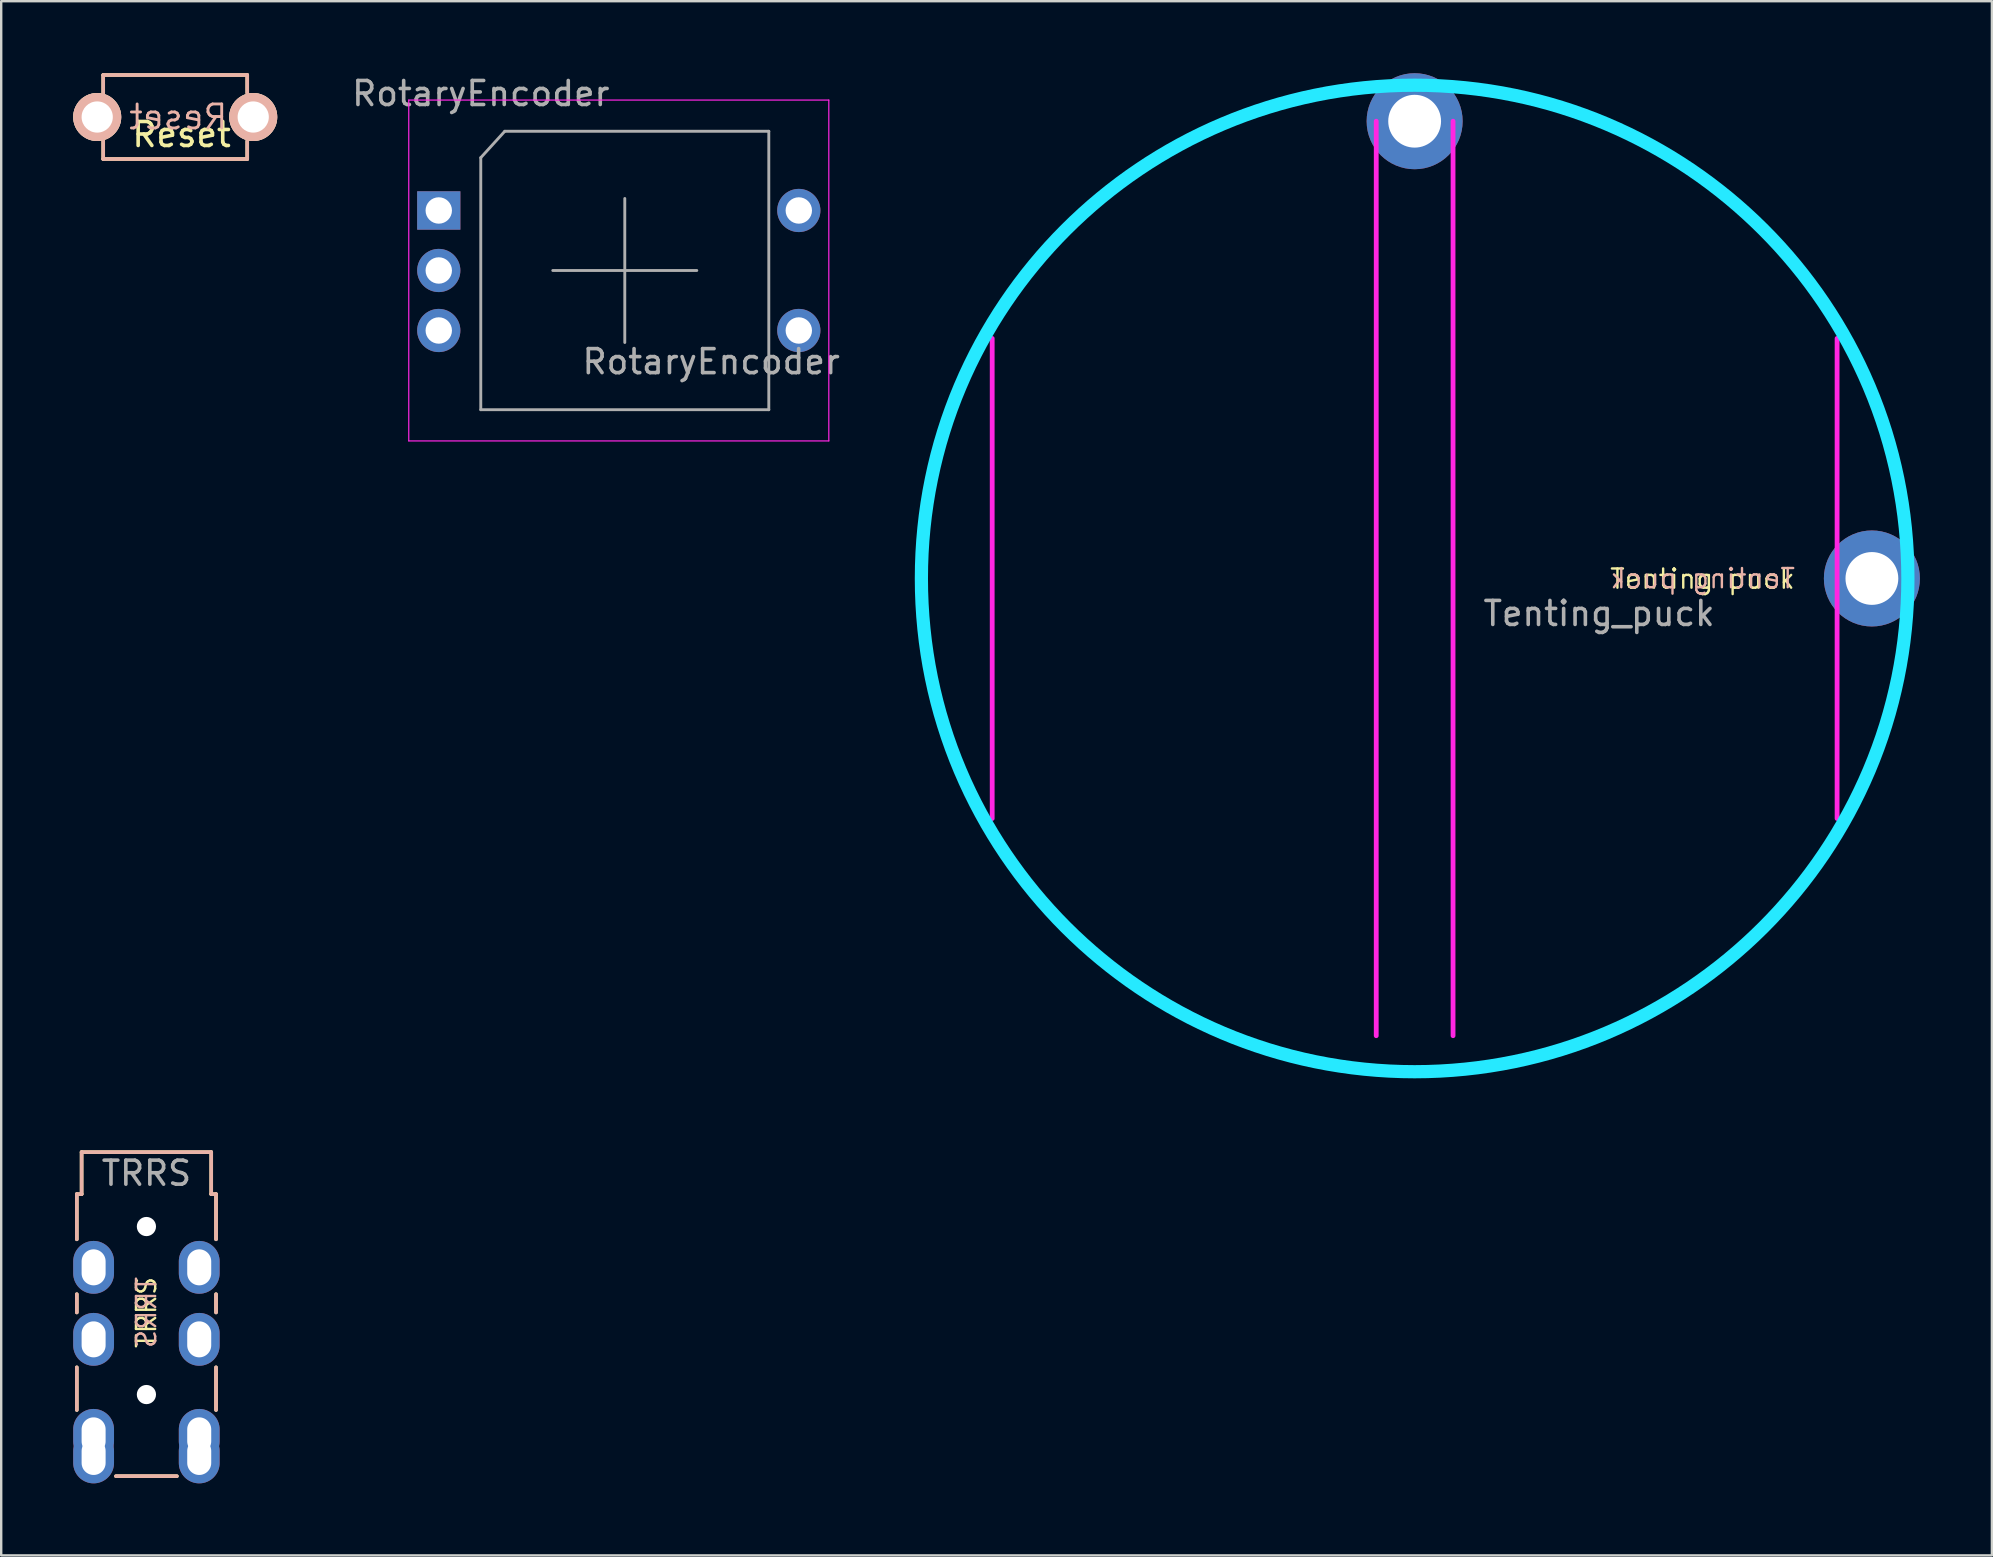
<source format=kicad_pcb>
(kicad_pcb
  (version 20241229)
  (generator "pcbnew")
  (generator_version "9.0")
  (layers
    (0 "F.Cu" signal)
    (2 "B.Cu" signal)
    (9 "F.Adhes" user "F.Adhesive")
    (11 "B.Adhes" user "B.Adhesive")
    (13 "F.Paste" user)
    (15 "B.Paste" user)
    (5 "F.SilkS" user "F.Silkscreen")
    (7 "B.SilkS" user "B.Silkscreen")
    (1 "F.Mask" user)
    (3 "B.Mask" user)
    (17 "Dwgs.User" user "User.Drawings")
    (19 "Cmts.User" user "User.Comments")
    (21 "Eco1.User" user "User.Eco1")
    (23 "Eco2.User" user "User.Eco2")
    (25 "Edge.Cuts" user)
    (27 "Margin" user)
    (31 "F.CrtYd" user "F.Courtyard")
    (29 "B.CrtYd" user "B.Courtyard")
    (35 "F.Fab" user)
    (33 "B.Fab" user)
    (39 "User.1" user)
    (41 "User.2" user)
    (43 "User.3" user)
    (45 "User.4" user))
  (footprint "Reset"
    (layer "F.Cu")
    (at 4.25 1.825)
    (property "Reference" "Reset" (at 0.265 0.73 0) (layer "F.SilkS") (effects (font (size 1 1) (thickness 0.15))))
    (attr through_hole)
    (fp_line (start -3 -1.75) (end -3 -1) (stroke (width 0.15) (type solid)) (layer "F.SilkS"))
    (fp_line (start -3 -1.75) (end 3 -1.75) (stroke (width 0.15) (type solid)) (layer "F.SilkS"))
    (fp_line (start -3 1.75) (end -3 1) (stroke (width 0.15) (type solid)) (layer "F.SilkS"))
    (fp_line (start -3 1.75) (end 3 1.75) (stroke (width 0.15) (type solid)) (layer "F.SilkS"))
    (fp_line (start 3 -1.75) (end 3 -1) (stroke (width 0.15) (type solid)) (layer "F.SilkS"))
    (fp_line (start 3 1.75) (end 3 1) (stroke (width 0.15) (type solid)) (layer "F.SilkS"))
    (fp_line (start -3 -1.75) (end 3 -1.75) (stroke (width 0.15) (type solid)) (layer "B.SilkS"))
    (fp_line (start -3 -1) (end -3 -1.75) (stroke (width 0.15) (type solid)) (layer "B.SilkS"))
    (fp_line (start -3 1.75) (end -3 1) (stroke (width 0.15) (type solid)) (layer "B.SilkS"))
    (fp_line (start 3 -1.75) (end 3 -1) (stroke (width 0.15) (type solid)) (layer "B.SilkS"))
    (fp_line (start 3 1) (end 3 1.75) (stroke (width 0.15) (type solid)) (layer "B.SilkS"))
    (fp_line (start 3 1.75) (end -3 1.75) (stroke (width 0.15) (type solid)) (layer "B.SilkS"))
    (fp_text user "Reset" (at 0.127 0 0) (layer "B.SilkS") (effects (font (size 1 1) (thickness 0.12)) (justify mirror)))
    (pad "1" thru_hole circle (at 3.25 0) (size 2 2) (drill 1.3) (layers "*.Cu" "*.SilkS" "*.Mask"))
    (pad "2" thru_hole circle (at -3.25 0) (size 2 2) (drill 1.3) (layers "*.Cu" "*.SilkS" "*.Mask")))
  (footprint "TRRS"
    (layer "F.Cu")
    (at 3.05 46.55)
    (property "Reference" "TRRS" (at 0 -0.72 180) (layer "F.Fab") (effects (font (size 1 1) (thickness 0.15))))
    (fp_line (start -2.9 0.15) (end -2.7 0.15) (stroke (width 0.15) (type solid)) (layer "F.SilkS"))
    (fp_line (start -2.9 2.032) (end -2.9 0.15) (stroke (width 0.15) (type solid)) (layer "F.SilkS"))
    (fp_line (start -2.9 4.318) (end -2.9 5.08) (stroke (width 0.15) (type solid)) (layer "F.SilkS"))
    (fp_line (start -2.9 7.366) (end -2.9 9.144) (stroke (width 0.15) (type solid)) (layer "F.SilkS"))
    (fp_line (start -2.7 0.15) (end -2.7 -1.6) (stroke (width 0.15) (type solid)) (layer "F.SilkS"))
    (fp_line (start 1.27 11.9) (end -1.27 11.9) (stroke (width 0.15) (type solid)) (layer "F.SilkS"))
    (fp_line (start 2.7 -1.6) (end -2.7 -1.6) (stroke (width 0.15) (type solid)) (layer "F.SilkS"))
    (fp_line (start 2.7 0.15) (end 2.7 -1.6) (stroke (width 0.15) (type solid)) (layer "F.SilkS"))
    (fp_line (start 2.7 0.15) (end 2.9 0.15) (stroke (width 0.15) (type solid)) (layer "F.SilkS"))
    (fp_line (start 2.9 2.032) (end 2.9 0.15) (stroke (width 0.15) (type solid)) (layer "F.SilkS"))
    (fp_line (start 2.9 4.318) (end 2.9 5.08) (stroke (width 0.15) (type solid)) (layer "F.SilkS"))
    (fp_line (start 2.9 7.366) (end 2.9 9.144) (stroke (width 0.15) (type solid)) (layer "F.SilkS"))
    (fp_line (start -2.9 0.15) (end -2.9 2.032) (stroke (width 0.15) (type solid)) (layer "B.SilkS"))
    (fp_line (start -2.9 5.08) (end -2.9 4.318) (stroke (width 0.15) (type solid)) (layer "B.SilkS"))
    (fp_line (start -2.9 9.144) (end -2.9 7.366) (stroke (width 0.15) (type solid)) (layer "B.SilkS"))
    (fp_line (start -2.7 -1.6) (end 2.7 -1.6) (stroke (width 0.15) (type solid)) (layer "B.SilkS"))
    (fp_line (start -2.7 0.15) (end -2.9 0.15) (stroke (width 0.15) (type solid)) (layer "B.SilkS"))
    (fp_line (start -2.7 0.15) (end -2.7 -1.6) (stroke (width 0.15) (type solid)) (layer "B.SilkS"))
    (fp_line (start -1.27 11.9) (end 1.27 11.9) (stroke (width 0.15) (type solid)) (layer "B.SilkS"))
    (fp_line (start 2.7 0.15) (end 2.7 -1.6) (stroke (width 0.15) (type solid)) (layer "B.SilkS"))
    (fp_line (start 2.9 0.15) (end 2.7 0.15) (stroke (width 0.15) (type solid)) (layer "B.SilkS"))
    (fp_line (start 2.9 0.15) (end 2.9 2.032) (stroke (width 0.15) (type solid)) (layer "B.SilkS"))
    (fp_line (start 2.9 5.08) (end 2.9 4.318) (stroke (width 0.15) (type solid)) (layer "B.SilkS"))
    (fp_line (start 2.9 9.144) (end 2.9 7.366) (stroke (width 0.15) (type solid)) (layer "B.SilkS"))
    (fp_text user "TRRS" (at 0 5.08 90) (layer "F.SilkS") (effects (font (size 0.8 0.8) (thickness 0.1))))
    (fp_text user "TRRS" (at 0 5.08 90) (layer "B.SilkS") (effects (font (size 0.8 0.8) (thickness 0.1)) (justify mirror)))
    (pad "" np_thru_hole circle (at 0 1.5 180) (size 0.8 0.8) (drill 0.8) (layers "*.Cu" "*.Mask"))
    (pad "" np_thru_hole circle (at 0 8.5 180) (size 0.8 0.8) (drill 0.8) (layers "*.Cu" "*.Mask"))
    (pad "A" thru_hole oval (at -2.2 11.1 180) (size 1.7 2.2) (drill oval 1 1.5) (layers "*.Cu" "*.Mask"))
    (pad "A" thru_hole oval (at 2.2 11.1 180) (size 1.7 2.2) (drill oval 1 1.5) (layers "*.Cu" "*.Mask"))
    (pad "B" thru_hole oval (at -2.2 3.2 180) (size 1.7 2.2) (drill oval 1 1.5) (layers "*.Cu" "*.Mask"))
    (pad "B" thru_hole oval (at 2.2 3.2) (size 1.7 2.2) (drill oval 1 1.5) (layers "*.Cu" "*.Mask"))
    (pad "C" thru_hole oval (at -2.2 6.2 180) (size 1.7 2.2) (drill oval 1 1.5) (layers "*.Cu" "*.Mask"))
    (pad "C" thru_hole oval (at 2.2 6.2) (size 1.7 2.2) (drill oval 1 1.5) (layers "*.Cu" "*.Mask"))
    (pad "D" thru_hole oval (at -2.2 10.2 180) (size 1.7 2.2) (drill oval 1 1.5) (layers "*.Cu" "*.Mask"))
    (pad "D" thru_hole oval (at 2.2 10.2 180) (size 1.7 2.2) (drill oval 1 1.5) (layers "*.Cu" "*.Mask")))
  (footprint "Tenting_puck"
    (layer "F.Cu")
    (at 55.887 21.05)
    (property "Reference" "Tenting_puck" (at 7.684 1.46 0) (layer "F.Fab") (effects (font (size 1 1) (thickness 0.15))))
    (attr through_hole)
    (fp_circle (center 0 0) (end 20.55 0) (stroke (width 0.55) (type solid)) (fill no) (layer "B.CrtYd"))
    (fp_line (start -17.6 10) (end -17.6 -10) (stroke (width 0.2) (type solid)) (layer "F.CrtYd"))
    (fp_line (start -1.6 19.05) (end -1.6 -19.05) (stroke (width 0.2) (type solid)) (layer "F.CrtYd"))
    (fp_line (start 1.6 19.05) (end 1.6 -19.05) (stroke (width 0.2) (type solid)) (layer "F.CrtYd"))
    (fp_line (start 17.6 10) (end 17.6 -10) (stroke (width 0.2) (type solid)) (layer "F.CrtYd"))
    (fp_text user "Tenting puck" (at 11.991 0.019 0) (unlocked yes) (layer "F.SilkS") (effects (font (size 0.8 0.8) (thickness 0.1))))
    (fp_text user "Tenting puck" (at 12 0 0) (unlocked yes) (layer "B.SilkS") (effects (font (size 0.8 0.8) (thickness 0.1)) (justify mirror)))
    (pad "" thru_hole circle (at 0 -19.05) (size 4 4) (drill 2.2) (layers "*.Cu" "*.Mask"))
    (pad "" thru_hole circle (at 19.05 0) (size 4 4) (drill 2.2) (layers "*.Cu" "*.Mask")))
  (footprint "RotaryEncoder"
    (layer "F.Cu")
    (at 22.98 8.219)
    (property "Reference" "RotaryEncoder" (at -5.998 -7.371 0) (layer "F.Fab") (effects (font (size 1 1) (thickness 0.15))))
    (attr through_hole)
    (fp_line (start -9 -7.1) (end -9 7.1) (stroke (width 0.05) (type solid)) (layer "F.CrtYd"))
    (fp_line (start -9 -7.1) (end 8.5 -7.1) (stroke (width 0.05) (type solid)) (layer "F.CrtYd"))
    (fp_line (start 8.5 7.1) (end -9 7.1) (stroke (width 0.05) (type solid)) (layer "F.CrtYd"))
    (fp_line (start 8.5 7.1) (end 8.5 -7.1) (stroke (width 0.05) (type solid)) (layer "F.CrtYd"))
    (fp_line (start -6 -4.7) (end -5 -5.8) (stroke (width 0.12) (type solid)) (layer "F.Fab"))
    (fp_line (start -6 5.8) (end -6 -4.7) (stroke (width 0.12) (type solid)) (layer "F.Fab"))
    (fp_line (start -5 -5.8) (end 6 -5.8) (stroke (width 0.12) (type solid)) (layer "F.Fab"))
    (fp_line (start -3 0) (end 3 0) (stroke (width 0.12) (type solid)) (layer "F.Fab"))
    (fp_line (start 0 -3) (end 0 3) (stroke (width 0.12) (type solid)) (layer "F.Fab"))
    (fp_line (start 6 -5.8) (end 6 5.8) (stroke (width 0.12) (type solid)) (layer "F.Fab"))
    (fp_line (start 6 5.8) (end -6 5.8) (stroke (width 0.12) (type solid)) (layer "F.Fab"))
    (fp_text user "${REFERENCE}" (at 3.6 3.8 0) (layer "F.Fab") (effects (font (size 1 1) (thickness 0.15))))
    (pad "A" thru_hole rect (at -7.75 -2.5) (size 1.8 1.6) (drill 1.1) (layers "*.Cu" "*.Mask"))
    (pad "B" thru_hole circle (at -7.75 2.5) (size 1.8 1.8) (drill 1.1) (layers "*.Cu" "*.Mask"))
    (pad "C" thru_hole circle (at -7.75 0) (size 1.8 1.8) (drill 1.1) (layers "*.Cu" "*.Mask"))
    (pad "S1" thru_hole circle (at 7.25 2.5) (size 1.8 1.8) (drill 1.1) (layers "*.Cu" "*.Mask"))
    (pad "S2" thru_hole circle (at 7.25 -2.5) (size 1.8 1.8) (drill 1.1) (layers "*.Cu" "*.Mask")))
  (gr_rect
    (start -3 -3)
    (end 79.937 61.75)
    (stroke (width 0.1) (type default))
    (fill no)
    (layer "Edge.Cuts")))
</source>
